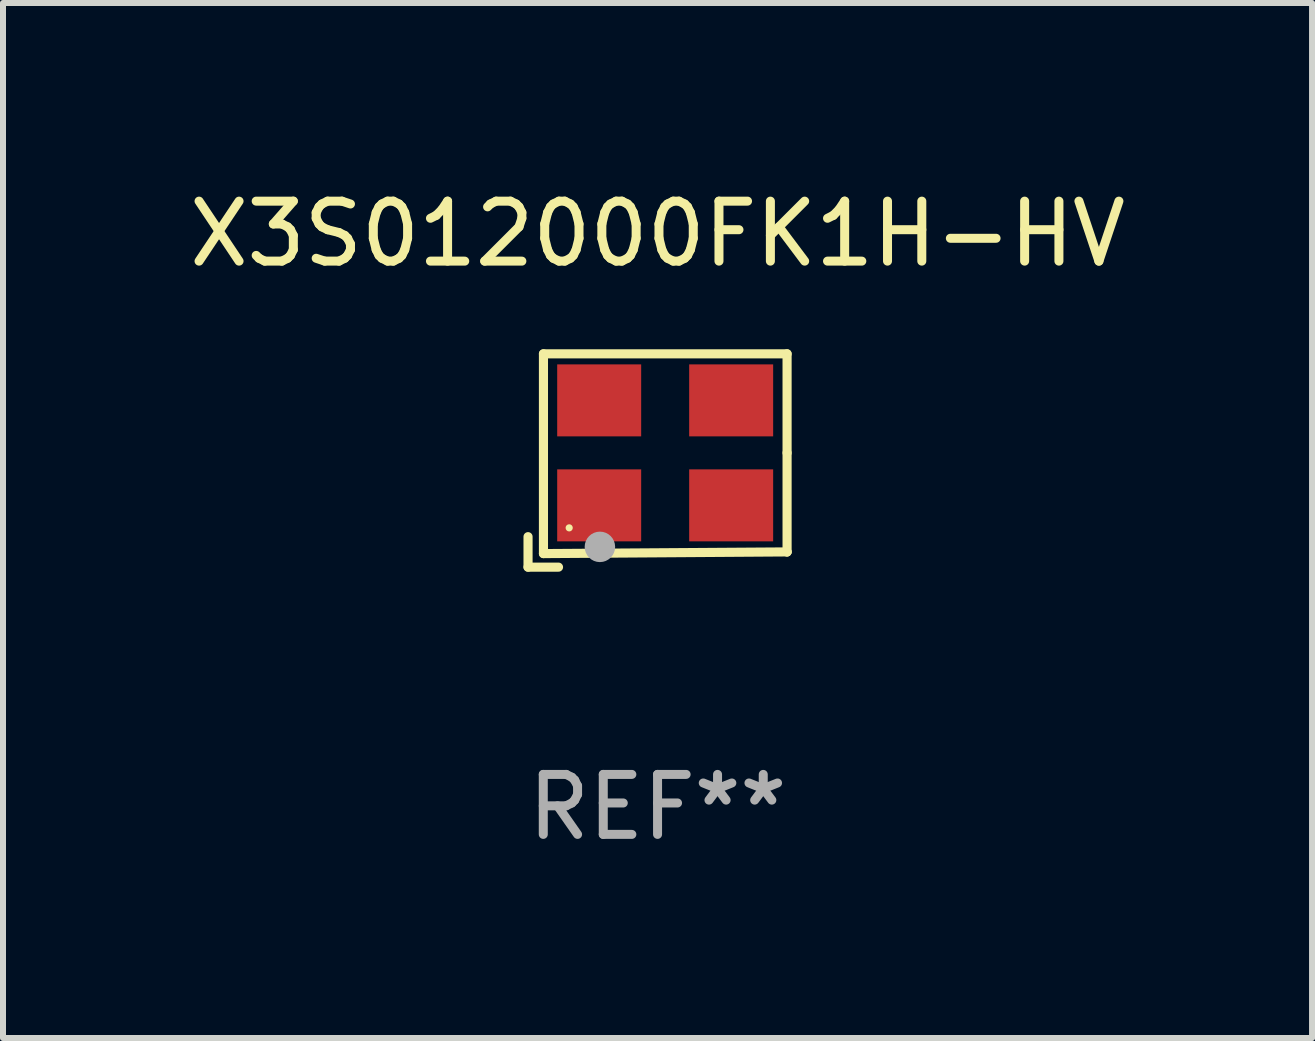
<source format=kicad_pcb>
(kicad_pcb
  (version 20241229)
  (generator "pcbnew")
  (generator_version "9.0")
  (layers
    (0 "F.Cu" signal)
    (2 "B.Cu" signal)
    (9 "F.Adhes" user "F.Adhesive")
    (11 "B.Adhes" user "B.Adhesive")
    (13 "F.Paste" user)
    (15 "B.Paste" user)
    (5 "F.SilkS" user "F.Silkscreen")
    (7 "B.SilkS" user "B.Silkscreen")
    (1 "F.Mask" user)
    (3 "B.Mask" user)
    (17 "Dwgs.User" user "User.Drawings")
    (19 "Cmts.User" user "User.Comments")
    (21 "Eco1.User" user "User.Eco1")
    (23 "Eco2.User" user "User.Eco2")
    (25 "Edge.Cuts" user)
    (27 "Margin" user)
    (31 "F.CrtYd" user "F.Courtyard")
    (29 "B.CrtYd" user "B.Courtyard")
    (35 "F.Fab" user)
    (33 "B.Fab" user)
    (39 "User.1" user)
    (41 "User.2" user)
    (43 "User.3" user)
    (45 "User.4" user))
  (footprint "X3S012000FK1H-HV"
    (layer "F.Cu")
    (at 7.911 4.626)
    (property "Reference" "X3S012000FK1H-HV" (at 0 -3.778 0) (layer "F.SilkS") (effects (font (size 1 1) (thickness 0.15))))
    (attr through_hole)
    (fp_line (start -2.159 1.27) (end -2.159 1.778) (stroke (width 0.152) (type solid)) (layer "F.SilkS"))
    (fp_line (start -2.159 1.778) (end -1.651 1.778) (stroke (width 0.152) (type solid)) (layer "F.SilkS"))
    (fp_line (start -1.902 -1.778) (end 2.159 -1.778) (stroke (width 0.152) (type solid)) (layer "F.SilkS"))
    (fp_line (start -1.902 1.552) (end -1.902 -1.778) (stroke (width 0.152) (type solid)) (layer "F.SilkS"))
    (fp_line (start 2.159 -1.778) (end 2.159 -0.127) (stroke (width 0.152) (type solid)) (layer "F.SilkS"))
    (fp_line (start 2.159 -0.127) (end 2.159 1.524) (stroke (width 0.152) (type solid)) (layer "F.SilkS"))
    (fp_line (start 2.159 1.524) (end -1.902 1.552) (stroke (width 0.152) (type solid)) (layer "F.SilkS"))
    (fp_line (start 2.159 1.524) (end 2.159 1.524) (stroke (width 0.152) (type solid)) (layer "F.SilkS"))
    (fp_circle (center -1.473 1.123) (end -1.443 1.123) (stroke (width 0.06) (type solid)) (fill no) (layer "F.SilkS"))
    (fp_circle (center -0.961 1.44) (end -0.834 1.44) (stroke (width 0.254) (type solid)) (fill no) (layer "F.Fab"))
    (fp_text user "REF**" (at 0 5.778 0) (layer "F.Fab") (effects (font (size 1 1) (thickness 0.15))))
    (pad "1" smd rect (at -0.973 0.748) (size 1.4 1.2) (layers "F.Cu" "F.Mask" "F.Paste"))
    (pad "2" smd rect (at 1.227 0.748) (size 1.4 1.2) (layers "F.Cu" "F.Mask" "F.Paste"))
    (pad "3" smd rect (at 1.227 -1.002) (size 1.4 1.2) (layers "F.Cu" "F.Mask" "F.Paste"))
    (pad "4" smd rect (at -0.973 -1.002) (size 1.4 1.2) (layers "F.Cu" "F.Mask" "F.Paste")))
  (gr_rect
    (start -3 -3)
    (end 18.821 14.253)
    (stroke (width 0.1) (type default))
    (fill no)
    (layer "Edge.Cuts")))
</source>
